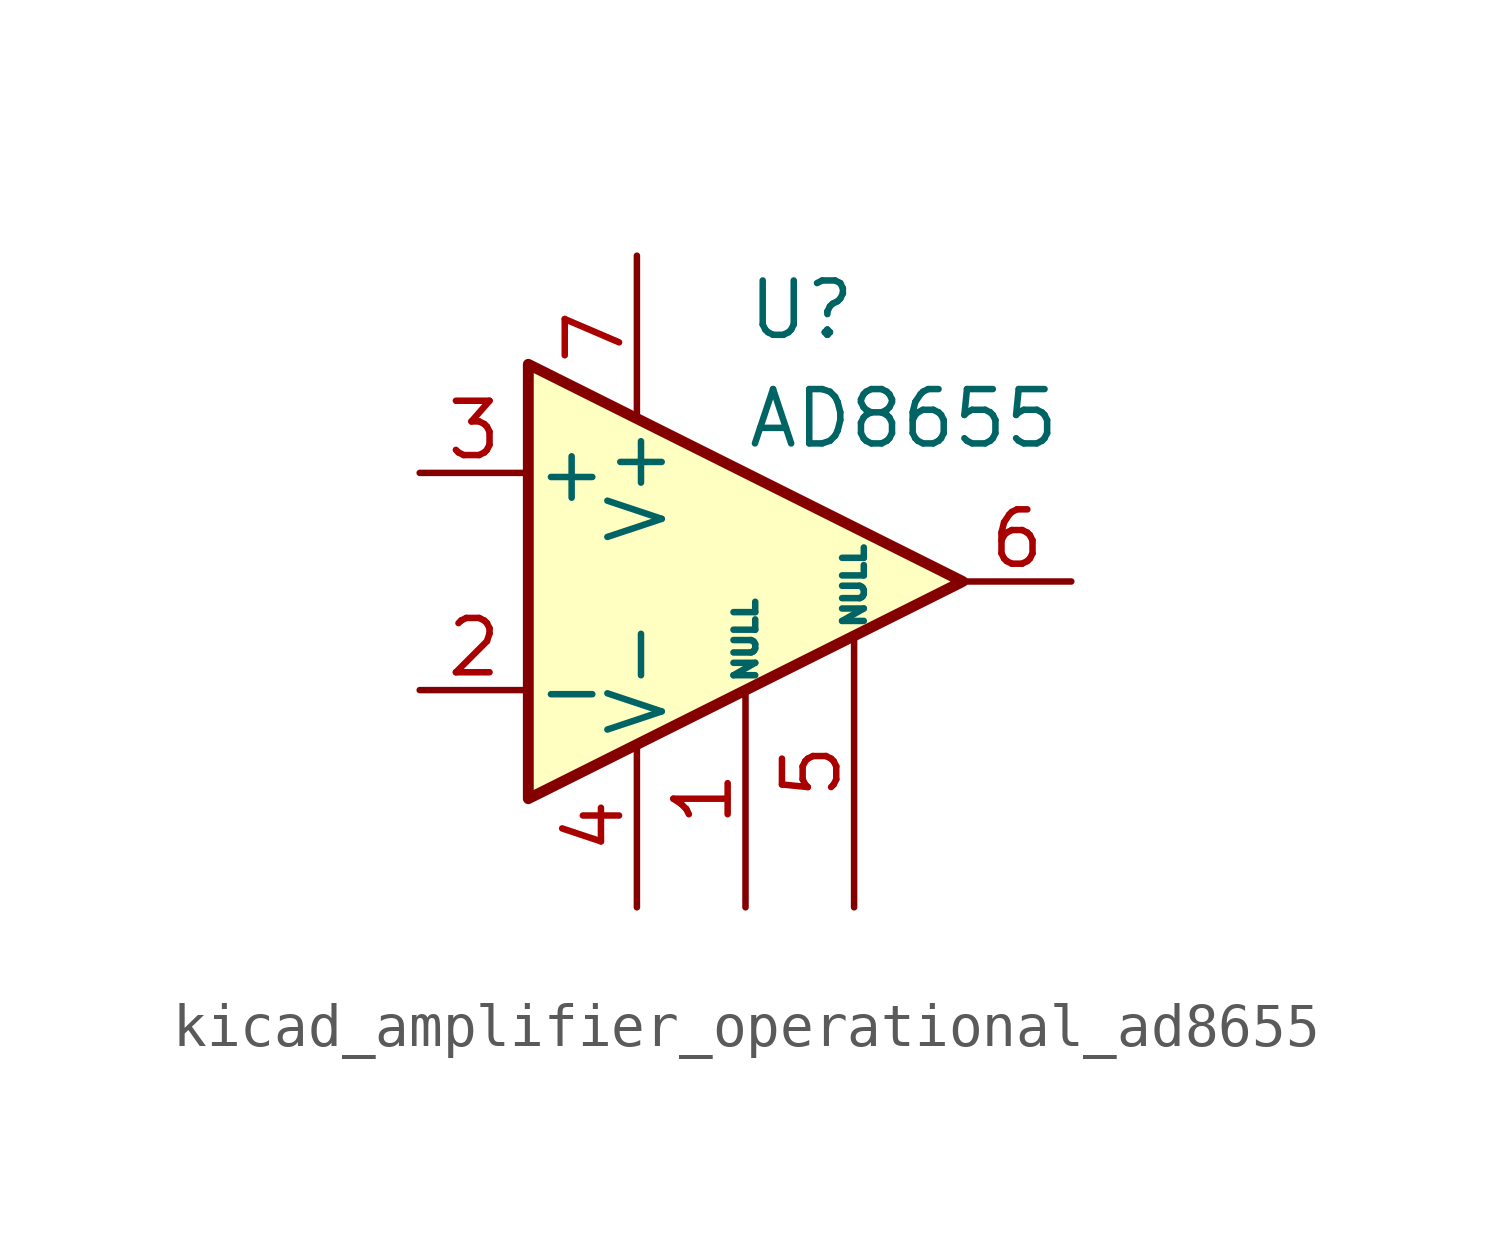
<source format=kicad_sym>
(kicad_symbol_lib
  (version 20220914)
  (generator kicad_symbol_editor)
  (symbol "kicad_amplifier_operational_ad8655"
    (pin_names
      (offset 0.127))
    (property "Reference" "U"
      (at 0 6.35 0)
      (effects (font (size 1.27 1.27)) (justify left)))
    (property "Value" "AD8655"
      (at 0 3.81 0)
      (effects (font (size 1.27 1.27)) (justify left)))
    (symbol "kicad_amplifier_operational_ad8655_0_1"
      (polyline (pts (xy -5.08 5.08) (xy 5.08 0) (xy -5.08 -5.08) (xy -5.08 5.08)) (stroke (width 0.254) (type default)) (fill (type background))))
    (symbol "kicad_amplifier_operational_ad8655_1_1"
      (pin input line (at 0 -7.62 90) (length 5.08) (name "NULL" (effects (font (size 0.508 0.508)))) (number "1" (effects (font (size 1.27 1.27)))))
      (pin input line (at -7.62 -2.54 0) (length 2.54) (name "-" (effects (font (size 1.27 1.27)))) (number "2" (effects (font (size 1.27 1.27)))))
      (pin input line (at -7.62 2.54 0) (length 2.54) (name "+" (effects (font (size 1.27 1.27)))) (number "3" (effects (font (size 1.27 1.27)))))
      (pin power_in line (at -2.54 -7.62 90) (length 3.81) (name "V-" (effects (font (size 1.27 1.27)))) (number "4" (effects (font (size 1.27 1.27)))))
      (pin input line (at 2.54 -7.62 90) (length 6.35) (name "NULL" (effects (font (size 0.508 0.508)))) (number "5" (effects (font (size 1.27 1.27)))))
      (pin output line (at 7.62 0 180) (length 2.54) (name "~" (effects (font (size 1.27 1.27)))) (number "6" (effects (font (size 1.27 1.27)))))
      (pin power_in line (at -2.54 7.62 270) (length 3.81) (name "V+" (effects (font (size 1.27 1.27)))) (number "7" (effects (font (size 1.27 1.27)))))
      (pin no_connect line (at 0 2.54 270) (length 2.54) hide (name "NC" (effects (font (size 1.27 1.27)))) (number "8" (effects (font (size 1.27 1.27))))))))
</source>
